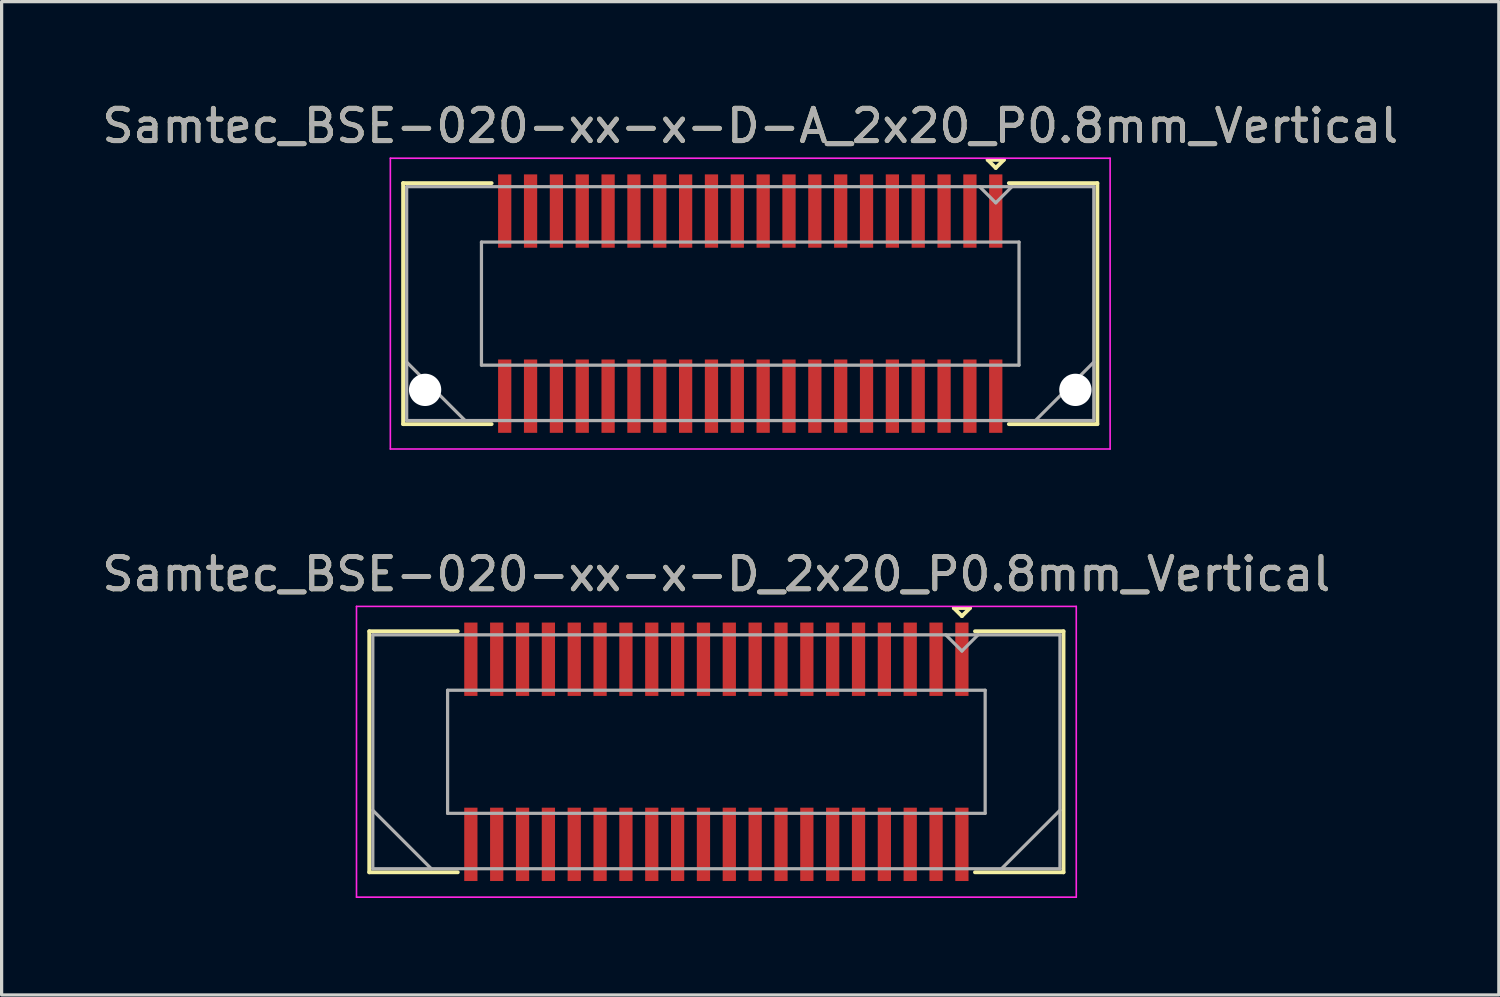
<source format=kicad_pcb>
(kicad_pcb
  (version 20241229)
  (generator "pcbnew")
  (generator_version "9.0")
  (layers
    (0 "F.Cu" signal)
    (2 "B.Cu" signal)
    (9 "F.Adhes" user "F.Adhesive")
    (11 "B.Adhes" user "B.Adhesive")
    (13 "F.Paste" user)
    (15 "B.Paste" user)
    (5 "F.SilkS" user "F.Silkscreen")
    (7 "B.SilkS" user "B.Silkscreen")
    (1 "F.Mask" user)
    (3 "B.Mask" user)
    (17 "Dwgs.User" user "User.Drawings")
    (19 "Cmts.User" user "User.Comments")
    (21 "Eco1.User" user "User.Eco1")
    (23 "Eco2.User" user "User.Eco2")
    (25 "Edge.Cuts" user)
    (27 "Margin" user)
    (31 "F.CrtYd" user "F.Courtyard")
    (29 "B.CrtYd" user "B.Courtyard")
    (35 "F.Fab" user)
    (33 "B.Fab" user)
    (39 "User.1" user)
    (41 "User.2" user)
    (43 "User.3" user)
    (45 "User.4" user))
  (footprint "Samtec_BSE-020-xx-x-D_2x20_P0.8mm_Vertical"
    (layer "F.Cu")
    (at 19.125 20.221)
    (property "Reference" "Samtec_BSE-020-xx-x-D_2x20_P0.8mm_Vertical" (at 0 -5.5 0) (layer "F.SilkS") (effects (font (size 1 1) (thickness 0.15))))
    (attr smd)
    (fp_line (start -10.745 -3.73) (end -8.005 -3.73) (stroke (width 0.12) (type solid)) (layer "F.SilkS"))
    (fp_line (start -10.745 3.73) (end -10.745 -3.73) (stroke (width 0.12) (type solid)) (layer "F.SilkS"))
    (fp_line (start -8.005 3.73) (end -10.745 3.73) (stroke (width 0.12) (type solid)) (layer "F.SilkS"))
    (fp_line (start 7.35 -4.45) (end 7.85 -4.45) (stroke (width 0.12) (type solid)) (layer "F.SilkS"))
    (fp_line (start 7.6 -4.2) (end 7.35 -4.45) (stroke (width 0.12) (type solid)) (layer "F.SilkS"))
    (fp_line (start 7.85 -4.45) (end 7.6 -4.2) (stroke (width 0.12) (type solid)) (layer "F.SilkS"))
    (fp_line (start 8.005 3.73) (end 10.745 3.73) (stroke (width 0.12) (type solid)) (layer "F.SilkS"))
    (fp_line (start 10.745 -3.73) (end 8.005 -3.73) (stroke (width 0.12) (type solid)) (layer "F.SilkS"))
    (fp_line (start 10.745 3.73) (end 10.745 -3.73) (stroke (width 0.12) (type solid)) (layer "F.SilkS"))
    (fp_line (start -11.14 -4.5) (end -11.14 4.5) (stroke (width 0.05) (type solid)) (layer "F.CrtYd"))
    (fp_line (start -11.14 4.5) (end 11.14 4.5) (stroke (width 0.05) (type solid)) (layer "F.CrtYd"))
    (fp_line (start 11.14 -4.5) (end -11.14 -4.5) (stroke (width 0.05) (type solid)) (layer "F.CrtYd"))
    (fp_line (start 11.14 4.5) (end 11.14 -4.5) (stroke (width 0.05) (type solid)) (layer "F.CrtYd"))
    (fp_line (start -10.635 -3.62) (end -10.635 3.62) (stroke (width 0.1) (type solid)) (layer "F.Fab"))
    (fp_line (start -10.635 1.81) (end -8.825 3.62) (stroke (width 0.1) (type solid)) (layer "F.Fab"))
    (fp_line (start -10.635 3.62) (end 10.635 3.62) (stroke (width 0.1) (type solid)) (layer "F.Fab"))
    (fp_line (start -8.32 -1.905) (end -8.32 1.905) (stroke (width 0.1) (type solid)) (layer "F.Fab"))
    (fp_line (start -8.32 1.905) (end 8.32 1.905) (stroke (width 0.1) (type solid)) (layer "F.Fab"))
    (fp_line (start 7.6 -3.12) (end 7.1 -3.62) (stroke (width 0.1) (type solid)) (layer "F.Fab"))
    (fp_line (start 8.1 -3.62) (end 7.6 -3.12) (stroke (width 0.1) (type solid)) (layer "F.Fab"))
    (fp_line (start 8.32 -1.905) (end -8.32 -1.905) (stroke (width 0.1) (type solid)) (layer "F.Fab"))
    (fp_line (start 8.32 1.905) (end 8.32 -1.905) (stroke (width 0.1) (type solid)) (layer "F.Fab"))
    (fp_line (start 10.635 -3.62) (end -10.635 -3.62) (stroke (width 0.1) (type solid)) (layer "F.Fab"))
    (fp_line (start 10.635 1.81) (end 8.825 3.62) (stroke (width 0.1) (type solid)) (layer "F.Fab"))
    (fp_line (start 10.635 3.62) (end 10.635 -3.62) (stroke (width 0.1) (type solid)) (layer "F.Fab"))
    (fp_text user "${REFERENCE}" (at 0 -5.5 0) (layer "F.Fab") (effects (font (size 1 1) (thickness 0.15))))
    (pad "1" smd rect (at 7.6 -2.865) (size 0.41 2.27) (layers "F.Cu" "F.Mask" "F.Paste"))
    (pad "2" smd rect (at 7.6 2.865) (size 0.41 2.27) (layers "F.Cu" "F.Mask" "F.Paste"))
    (pad "3" smd rect (at 6.8 -2.865) (size 0.41 2.27) (layers "F.Cu" "F.Mask" "F.Paste"))
    (pad "4" smd rect (at 6.8 2.865) (size 0.41 2.27) (layers "F.Cu" "F.Mask" "F.Paste"))
    (pad "5" smd rect (at 6 -2.865) (size 0.41 2.27) (layers "F.Cu" "F.Mask" "F.Paste"))
    (pad "6" smd rect (at 6 2.865) (size 0.41 2.27) (layers "F.Cu" "F.Mask" "F.Paste"))
    (pad "7" smd rect (at 5.2 -2.865) (size 0.41 2.27) (layers "F.Cu" "F.Mask" "F.Paste"))
    (pad "8" smd rect (at 5.2 2.865) (size 0.41 2.27) (layers "F.Cu" "F.Mask" "F.Paste"))
    (pad "9" smd rect (at 4.4 -2.865) (size 0.41 2.27) (layers "F.Cu" "F.Mask" "F.Paste"))
    (pad "10" smd rect (at 4.4 2.865) (size 0.41 2.27) (layers "F.Cu" "F.Mask" "F.Paste"))
    (pad "11" smd rect (at 3.6 -2.865) (size 0.41 2.27) (layers "F.Cu" "F.Mask" "F.Paste"))
    (pad "12" smd rect (at 3.6 2.865) (size 0.41 2.27) (layers "F.Cu" "F.Mask" "F.Paste"))
    (pad "13" smd rect (at 2.8 -2.865) (size 0.41 2.27) (layers "F.Cu" "F.Mask" "F.Paste"))
    (pad "14" smd rect (at 2.8 2.865) (size 0.41 2.27) (layers "F.Cu" "F.Mask" "F.Paste"))
    (pad "15" smd rect (at 2 -2.865) (size 0.41 2.27) (layers "F.Cu" "F.Mask" "F.Paste"))
    (pad "16" smd rect (at 2 2.865) (size 0.41 2.27) (layers "F.Cu" "F.Mask" "F.Paste"))
    (pad "17" smd rect (at 1.2 -2.865) (size 0.41 2.27) (layers "F.Cu" "F.Mask" "F.Paste"))
    (pad "18" smd rect (at 1.2 2.865) (size 0.41 2.27) (layers "F.Cu" "F.Mask" "F.Paste"))
    (pad "19" smd rect (at 0.4 -2.865) (size 0.41 2.27) (layers "F.Cu" "F.Mask" "F.Paste"))
    (pad "20" smd rect (at 0.4 2.865) (size 0.41 2.27) (layers "F.Cu" "F.Mask" "F.Paste"))
    (pad "21" smd rect (at -0.4 -2.865) (size 0.41 2.27) (layers "F.Cu" "F.Mask" "F.Paste"))
    (pad "22" smd rect (at -0.4 2.865) (size 0.41 2.27) (layers "F.Cu" "F.Mask" "F.Paste"))
    (pad "23" smd rect (at -1.2 -2.865) (size 0.41 2.27) (layers "F.Cu" "F.Mask" "F.Paste"))
    (pad "24" smd rect (at -1.2 2.865) (size 0.41 2.27) (layers "F.Cu" "F.Mask" "F.Paste"))
    (pad "25" smd rect (at -2 -2.865) (size 0.41 2.27) (layers "F.Cu" "F.Mask" "F.Paste"))
    (pad "26" smd rect (at -2 2.865) (size 0.41 2.27) (layers "F.Cu" "F.Mask" "F.Paste"))
    (pad "27" smd rect (at -2.8 -2.865) (size 0.41 2.27) (layers "F.Cu" "F.Mask" "F.Paste"))
    (pad "28" smd rect (at -2.8 2.865) (size 0.41 2.27) (layers "F.Cu" "F.Mask" "F.Paste"))
    (pad "29" smd rect (at -3.6 -2.865) (size 0.41 2.27) (layers "F.Cu" "F.Mask" "F.Paste"))
    (pad "30" smd rect (at -3.6 2.865) (size 0.41 2.27) (layers "F.Cu" "F.Mask" "F.Paste"))
    (pad "31" smd rect (at -4.4 -2.865) (size 0.41 2.27) (layers "F.Cu" "F.Mask" "F.Paste"))
    (pad "32" smd rect (at -4.4 2.865) (size 0.41 2.27) (layers "F.Cu" "F.Mask" "F.Paste"))
    (pad "33" smd rect (at -5.2 -2.865) (size 0.41 2.27) (layers "F.Cu" "F.Mask" "F.Paste"))
    (pad "34" smd rect (at -5.2 2.865) (size 0.41 2.27) (layers "F.Cu" "F.Mask" "F.Paste"))
    (pad "35" smd rect (at -6 -2.865) (size 0.41 2.27) (layers "F.Cu" "F.Mask" "F.Paste"))
    (pad "36" smd rect (at -6 2.865) (size 0.41 2.27) (layers "F.Cu" "F.Mask" "F.Paste"))
    (pad "37" smd rect (at -6.8 -2.865) (size 0.41 2.27) (layers "F.Cu" "F.Mask" "F.Paste"))
    (pad "38" smd rect (at -6.8 2.865) (size 0.41 2.27) (layers "F.Cu" "F.Mask" "F.Paste"))
    (pad "39" smd rect (at -7.6 -2.865) (size 0.41 2.27) (layers "F.Cu" "F.Mask" "F.Paste"))
    (pad "40" smd rect (at -7.6 2.865) (size 0.41 2.27) (layers "F.Cu" "F.Mask" "F.Paste")))
  (footprint "Samtec_BSE-020-xx-x-D-A_2x20_P0.8mm_Vertical"
    (layer "F.Cu")
    (at 20.173 6.348)
    (property "Reference" "Samtec_BSE-020-xx-x-D-A_2x20_P0.8mm_Vertical" (at 0 -5.5 0) (layer "F.SilkS") (effects (font (size 1 1) (thickness 0.15))))
    (attr smd)
    (fp_line (start -10.745 -3.73) (end -8.005 -3.73) (stroke (width 0.12) (type solid)) (layer "F.SilkS"))
    (fp_line (start -10.745 3.73) (end -10.745 -3.73) (stroke (width 0.12) (type solid)) (layer "F.SilkS"))
    (fp_line (start -8.005 3.73) (end -10.745 3.73) (stroke (width 0.12) (type solid)) (layer "F.SilkS"))
    (fp_line (start 7.35 -4.45) (end 7.85 -4.45) (stroke (width 0.12) (type solid)) (layer "F.SilkS"))
    (fp_line (start 7.6 -4.2) (end 7.35 -4.45) (stroke (width 0.12) (type solid)) (layer "F.SilkS"))
    (fp_line (start 7.85 -4.45) (end 7.6 -4.2) (stroke (width 0.12) (type solid)) (layer "F.SilkS"))
    (fp_line (start 8.005 3.73) (end 10.745 3.73) (stroke (width 0.12) (type solid)) (layer "F.SilkS"))
    (fp_line (start 10.745 -3.73) (end 8.005 -3.73) (stroke (width 0.12) (type solid)) (layer "F.SilkS"))
    (fp_line (start 10.745 3.73) (end 10.745 -3.73) (stroke (width 0.12) (type solid)) (layer "F.SilkS"))
    (fp_line (start -11.14 -4.5) (end -11.14 4.5) (stroke (width 0.05) (type solid)) (layer "F.CrtYd"))
    (fp_line (start -11.14 4.5) (end 11.14 4.5) (stroke (width 0.05) (type solid)) (layer "F.CrtYd"))
    (fp_line (start 11.14 -4.5) (end -11.14 -4.5) (stroke (width 0.05) (type solid)) (layer "F.CrtYd"))
    (fp_line (start 11.14 4.5) (end 11.14 -4.5) (stroke (width 0.05) (type solid)) (layer "F.CrtYd"))
    (fp_line (start -10.635 -3.62) (end -10.635 3.62) (stroke (width 0.1) (type solid)) (layer "F.Fab"))
    (fp_line (start -10.635 1.81) (end -8.825 3.62) (stroke (width 0.1) (type solid)) (layer "F.Fab"))
    (fp_line (start -10.635 3.62) (end 10.635 3.62) (stroke (width 0.1) (type solid)) (layer "F.Fab"))
    (fp_line (start -8.32 -1.905) (end -8.32 1.905) (stroke (width 0.1) (type solid)) (layer "F.Fab"))
    (fp_line (start -8.32 1.905) (end 8.32 1.905) (stroke (width 0.1) (type solid)) (layer "F.Fab"))
    (fp_line (start 7.6 -3.12) (end 7.1 -3.62) (stroke (width 0.1) (type solid)) (layer "F.Fab"))
    (fp_line (start 8.1 -3.62) (end 7.6 -3.12) (stroke (width 0.1) (type solid)) (layer "F.Fab"))
    (fp_line (start 8.32 -1.905) (end -8.32 -1.905) (stroke (width 0.1) (type solid)) (layer "F.Fab"))
    (fp_line (start 8.32 1.905) (end 8.32 -1.905) (stroke (width 0.1) (type solid)) (layer "F.Fab"))
    (fp_line (start 10.635 -3.62) (end -10.635 -3.62) (stroke (width 0.1) (type solid)) (layer "F.Fab"))
    (fp_line (start 10.635 1.81) (end 8.825 3.62) (stroke (width 0.1) (type solid)) (layer "F.Fab"))
    (fp_line (start 10.635 3.62) (end 10.635 -3.62) (stroke (width 0.1) (type solid)) (layer "F.Fab"))
    (fp_text user "${REFERENCE}" (at 0 -5.5 0) (layer "F.Fab") (effects (font (size 1 1) (thickness 0.15))))
    (pad "" np_thru_hole circle (at -10.065 2.67) (size 1 1) (drill 1) (layers "*.Cu" "*.Mask"))
    (pad "" np_thru_hole circle (at 10.065 2.67) (size 1 1) (drill 1) (layers "*.Cu" "*.Mask"))
    (pad "1" smd rect (at 7.6 -2.865) (size 0.41 2.27) (layers "F.Cu" "F.Mask" "F.Paste"))
    (pad "2" smd rect (at 7.6 2.865) (size 0.41 2.27) (layers "F.Cu" "F.Mask" "F.Paste"))
    (pad "3" smd rect (at 6.8 -2.865) (size 0.41 2.27) (layers "F.Cu" "F.Mask" "F.Paste"))
    (pad "4" smd rect (at 6.8 2.865) (size 0.41 2.27) (layers "F.Cu" "F.Mask" "F.Paste"))
    (pad "5" smd rect (at 6 -2.865) (size 0.41 2.27) (layers "F.Cu" "F.Mask" "F.Paste"))
    (pad "6" smd rect (at 6 2.865) (size 0.41 2.27) (layers "F.Cu" "F.Mask" "F.Paste"))
    (pad "7" smd rect (at 5.2 -2.865) (size 0.41 2.27) (layers "F.Cu" "F.Mask" "F.Paste"))
    (pad "8" smd rect (at 5.2 2.865) (size 0.41 2.27) (layers "F.Cu" "F.Mask" "F.Paste"))
    (pad "9" smd rect (at 4.4 -2.865) (size 0.41 2.27) (layers "F.Cu" "F.Mask" "F.Paste"))
    (pad "10" smd rect (at 4.4 2.865) (size 0.41 2.27) (layers "F.Cu" "F.Mask" "F.Paste"))
    (pad "11" smd rect (at 3.6 -2.865) (size 0.41 2.27) (layers "F.Cu" "F.Mask" "F.Paste"))
    (pad "12" smd rect (at 3.6 2.865) (size 0.41 2.27) (layers "F.Cu" "F.Mask" "F.Paste"))
    (pad "13" smd rect (at 2.8 -2.865) (size 0.41 2.27) (layers "F.Cu" "F.Mask" "F.Paste"))
    (pad "14" smd rect (at 2.8 2.865) (size 0.41 2.27) (layers "F.Cu" "F.Mask" "F.Paste"))
    (pad "15" smd rect (at 2 -2.865) (size 0.41 2.27) (layers "F.Cu" "F.Mask" "F.Paste"))
    (pad "16" smd rect (at 2 2.865) (size 0.41 2.27) (layers "F.Cu" "F.Mask" "F.Paste"))
    (pad "17" smd rect (at 1.2 -2.865) (size 0.41 2.27) (layers "F.Cu" "F.Mask" "F.Paste"))
    (pad "18" smd rect (at 1.2 2.865) (size 0.41 2.27) (layers "F.Cu" "F.Mask" "F.Paste"))
    (pad "19" smd rect (at 0.4 -2.865) (size 0.41 2.27) (layers "F.Cu" "F.Mask" "F.Paste"))
    (pad "20" smd rect (at 0.4 2.865) (size 0.41 2.27) (layers "F.Cu" "F.Mask" "F.Paste"))
    (pad "21" smd rect (at -0.4 -2.865) (size 0.41 2.27) (layers "F.Cu" "F.Mask" "F.Paste"))
    (pad "22" smd rect (at -0.4 2.865) (size 0.41 2.27) (layers "F.Cu" "F.Mask" "F.Paste"))
    (pad "23" smd rect (at -1.2 -2.865) (size 0.41 2.27) (layers "F.Cu" "F.Mask" "F.Paste"))
    (pad "24" smd rect (at -1.2 2.865) (size 0.41 2.27) (layers "F.Cu" "F.Mask" "F.Paste"))
    (pad "25" smd rect (at -2 -2.865) (size 0.41 2.27) (layers "F.Cu" "F.Mask" "F.Paste"))
    (pad "26" smd rect (at -2 2.865) (size 0.41 2.27) (layers "F.Cu" "F.Mask" "F.Paste"))
    (pad "27" smd rect (at -2.8 -2.865) (size 0.41 2.27) (layers "F.Cu" "F.Mask" "F.Paste"))
    (pad "28" smd rect (at -2.8 2.865) (size 0.41 2.27) (layers "F.Cu" "F.Mask" "F.Paste"))
    (pad "29" smd rect (at -3.6 -2.865) (size 0.41 2.27) (layers "F.Cu" "F.Mask" "F.Paste"))
    (pad "30" smd rect (at -3.6 2.865) (size 0.41 2.27) (layers "F.Cu" "F.Mask" "F.Paste"))
    (pad "31" smd rect (at -4.4 -2.865) (size 0.41 2.27) (layers "F.Cu" "F.Mask" "F.Paste"))
    (pad "32" smd rect (at -4.4 2.865) (size 0.41 2.27) (layers "F.Cu" "F.Mask" "F.Paste"))
    (pad "33" smd rect (at -5.2 -2.865) (size 0.41 2.27) (layers "F.Cu" "F.Mask" "F.Paste"))
    (pad "34" smd rect (at -5.2 2.865) (size 0.41 2.27) (layers "F.Cu" "F.Mask" "F.Paste"))
    (pad "35" smd rect (at -6 -2.865) (size 0.41 2.27) (layers "F.Cu" "F.Mask" "F.Paste"))
    (pad "36" smd rect (at -6 2.865) (size 0.41 2.27) (layers "F.Cu" "F.Mask" "F.Paste"))
    (pad "37" smd rect (at -6.8 -2.865) (size 0.41 2.27) (layers "F.Cu" "F.Mask" "F.Paste"))
    (pad "38" smd rect (at -6.8 2.865) (size 0.41 2.27) (layers "F.Cu" "F.Mask" "F.Paste"))
    (pad "39" smd rect (at -7.6 -2.865) (size 0.41 2.27) (layers "F.Cu" "F.Mask" "F.Paste"))
    (pad "40" smd rect (at -7.6 2.865) (size 0.41 2.27) (layers "F.Cu" "F.Mask" "F.Paste")))
  (gr_rect
    (start -3 -3)
    (end 43.345 27.747)
    (stroke (width 0.1) (type default))
    (fill no)
    (layer "Edge.Cuts")))
</source>
